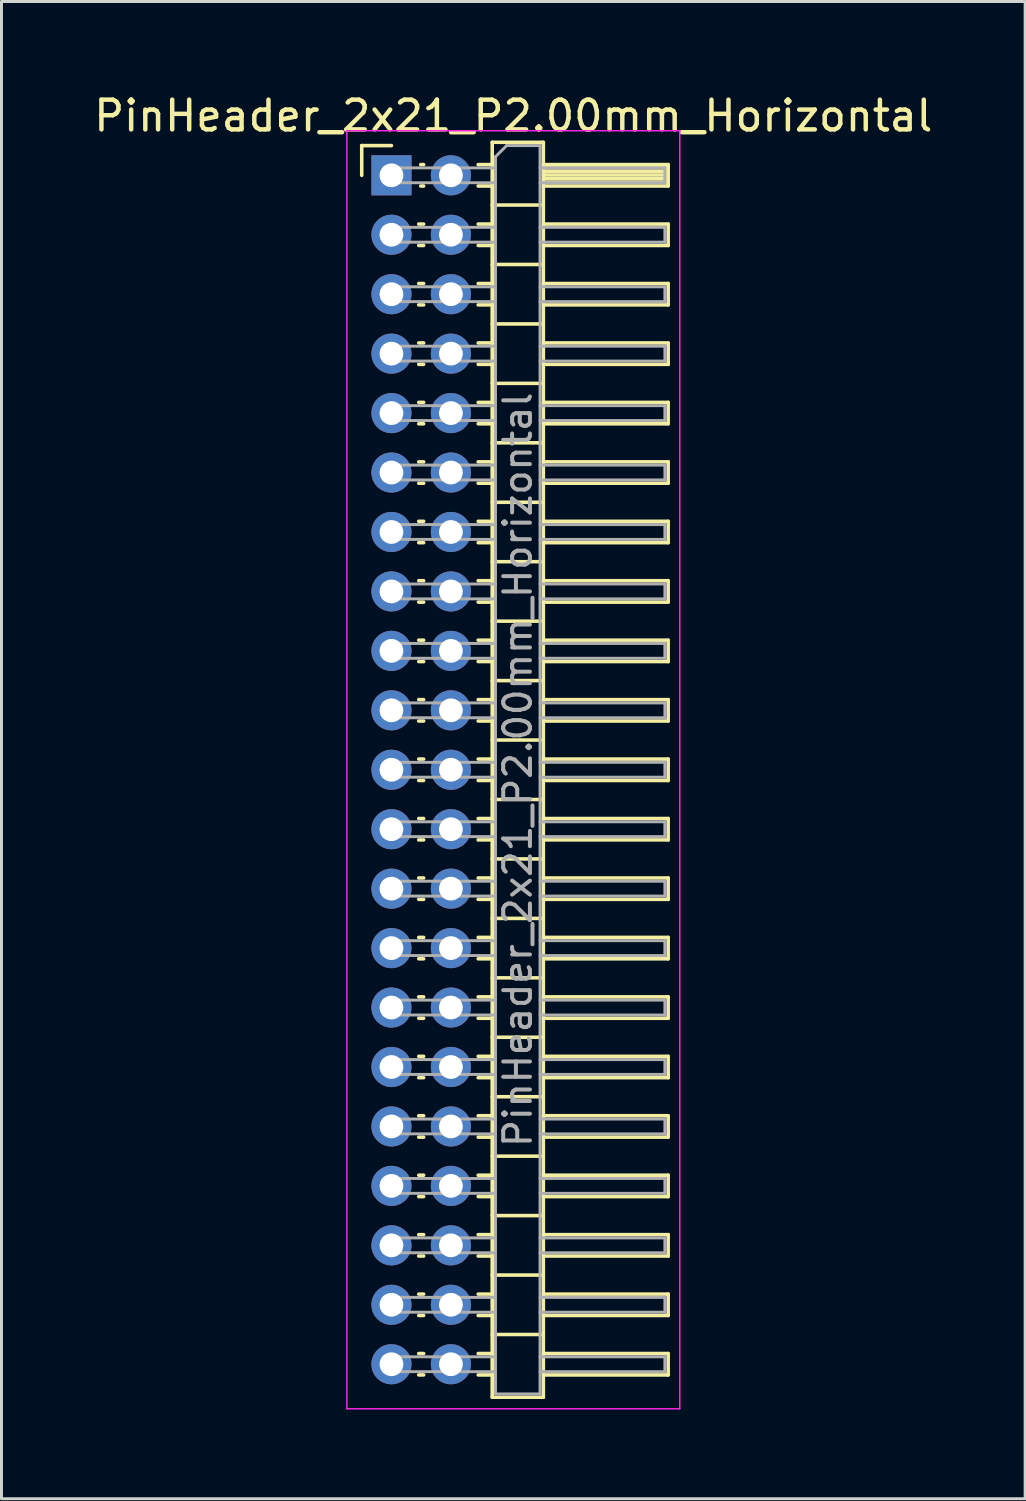
<source format=kicad_pcb>
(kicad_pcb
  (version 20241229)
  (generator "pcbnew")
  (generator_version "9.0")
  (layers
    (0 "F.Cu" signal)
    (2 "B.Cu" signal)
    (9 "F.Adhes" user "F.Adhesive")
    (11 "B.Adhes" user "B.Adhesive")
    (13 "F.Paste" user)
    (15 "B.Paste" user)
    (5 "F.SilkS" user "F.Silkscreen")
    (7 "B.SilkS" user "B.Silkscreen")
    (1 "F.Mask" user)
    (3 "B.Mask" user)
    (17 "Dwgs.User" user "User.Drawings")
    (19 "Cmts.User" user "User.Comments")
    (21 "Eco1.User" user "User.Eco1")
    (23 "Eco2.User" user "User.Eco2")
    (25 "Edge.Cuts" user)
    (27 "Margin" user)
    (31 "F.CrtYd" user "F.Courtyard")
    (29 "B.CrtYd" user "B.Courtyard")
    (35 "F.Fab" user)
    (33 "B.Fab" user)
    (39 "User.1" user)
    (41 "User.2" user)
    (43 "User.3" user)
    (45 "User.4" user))
  (footprint "PinHeader_2x21_P2.00mm_Horizontal"
    (layer "F.Cu")
    (at 10.12 2.848)
    (property "Reference" "PinHeader_2x21_P2.00mm_Horizontal" (at 4.1 -2 0) (layer "F.SilkS") (effects (font (size 1 1) (thickness 0.15))))
    (attr through_hole)
    (fp_line (start -1 -1) (end 0 -1) (stroke (width 0.12) (type solid)) (layer "F.SilkS"))
    (fp_line (start -1 0) (end -1 -1) (stroke (width 0.12) (type solid)) (layer "F.SilkS"))
    (fp_line (start 0.917 1.64) (end 1.083 1.64) (stroke (width 0.12) (type solid)) (layer "F.SilkS"))
    (fp_line (start 0.917 2.36) (end 1.083 2.36) (stroke (width 0.12) (type solid)) (layer "F.SilkS"))
    (fp_line (start 0.917 3.64) (end 1.083 3.64) (stroke (width 0.12) (type solid)) (layer "F.SilkS"))
    (fp_line (start 0.917 4.36) (end 1.083 4.36) (stroke (width 0.12) (type solid)) (layer "F.SilkS"))
    (fp_line (start 0.917 5.64) (end 1.083 5.64) (stroke (width 0.12) (type solid)) (layer "F.SilkS"))
    (fp_line (start 0.917 6.36) (end 1.083 6.36) (stroke (width 0.12) (type solid)) (layer "F.SilkS"))
    (fp_line (start 0.917 7.64) (end 1.083 7.64) (stroke (width 0.12) (type solid)) (layer "F.SilkS"))
    (fp_line (start 0.917 8.36) (end 1.083 8.36) (stroke (width 0.12) (type solid)) (layer "F.SilkS"))
    (fp_line (start 0.917 9.64) (end 1.083 9.64) (stroke (width 0.12) (type solid)) (layer "F.SilkS"))
    (fp_line (start 0.917 10.36) (end 1.083 10.36) (stroke (width 0.12) (type solid)) (layer "F.SilkS"))
    (fp_line (start 0.917 11.64) (end 1.083 11.64) (stroke (width 0.12) (type solid)) (layer "F.SilkS"))
    (fp_line (start 0.917 12.36) (end 1.083 12.36) (stroke (width 0.12) (type solid)) (layer "F.SilkS"))
    (fp_line (start 0.917 13.64) (end 1.083 13.64) (stroke (width 0.12) (type solid)) (layer "F.SilkS"))
    (fp_line (start 0.917 14.36) (end 1.083 14.36) (stroke (width 0.12) (type solid)) (layer "F.SilkS"))
    (fp_line (start 0.917 15.64) (end 1.083 15.64) (stroke (width 0.12) (type solid)) (layer "F.SilkS"))
    (fp_line (start 0.917 16.36) (end 1.083 16.36) (stroke (width 0.12) (type solid)) (layer "F.SilkS"))
    (fp_line (start 0.917 17.64) (end 1.083 17.64) (stroke (width 0.12) (type solid)) (layer "F.SilkS"))
    (fp_line (start 0.917 18.36) (end 1.083 18.36) (stroke (width 0.12) (type solid)) (layer "F.SilkS"))
    (fp_line (start 0.917 19.64) (end 1.083 19.64) (stroke (width 0.12) (type solid)) (layer "F.SilkS"))
    (fp_line (start 0.917 20.36) (end 1.083 20.36) (stroke (width 0.12) (type solid)) (layer "F.SilkS"))
    (fp_line (start 0.917 21.64) (end 1.083 21.64) (stroke (width 0.12) (type solid)) (layer "F.SilkS"))
    (fp_line (start 0.917 22.36) (end 1.083 22.36) (stroke (width 0.12) (type solid)) (layer "F.SilkS"))
    (fp_line (start 0.917 23.64) (end 1.083 23.64) (stroke (width 0.12) (type solid)) (layer "F.SilkS"))
    (fp_line (start 0.917 24.36) (end 1.083 24.36) (stroke (width 0.12) (type solid)) (layer "F.SilkS"))
    (fp_line (start 0.917 25.64) (end 1.083 25.64) (stroke (width 0.12) (type solid)) (layer "F.SilkS"))
    (fp_line (start 0.917 26.36) (end 1.083 26.36) (stroke (width 0.12) (type solid)) (layer "F.SilkS"))
    (fp_line (start 0.917 27.64) (end 1.083 27.64) (stroke (width 0.12) (type solid)) (layer "F.SilkS"))
    (fp_line (start 0.917 28.36) (end 1.083 28.36) (stroke (width 0.12) (type solid)) (layer "F.SilkS"))
    (fp_line (start 0.917 29.64) (end 1.083 29.64) (stroke (width 0.12) (type solid)) (layer "F.SilkS"))
    (fp_line (start 0.917 30.36) (end 1.083 30.36) (stroke (width 0.12) (type solid)) (layer "F.SilkS"))
    (fp_line (start 0.917 31.64) (end 1.083 31.64) (stroke (width 0.12) (type solid)) (layer "F.SilkS"))
    (fp_line (start 0.917 32.36) (end 1.083 32.36) (stroke (width 0.12) (type solid)) (layer "F.SilkS"))
    (fp_line (start 0.917 33.64) (end 1.083 33.64) (stroke (width 0.12) (type solid)) (layer "F.SilkS"))
    (fp_line (start 0.917 34.36) (end 1.083 34.36) (stroke (width 0.12) (type solid)) (layer "F.SilkS"))
    (fp_line (start 0.917 35.64) (end 1.083 35.64) (stroke (width 0.12) (type solid)) (layer "F.SilkS"))
    (fp_line (start 0.917 36.36) (end 1.083 36.36) (stroke (width 0.12) (type solid)) (layer "F.SilkS"))
    (fp_line (start 0.917 37.64) (end 1.083 37.64) (stroke (width 0.12) (type solid)) (layer "F.SilkS"))
    (fp_line (start 0.917 38.36) (end 1.083 38.36) (stroke (width 0.12) (type solid)) (layer "F.SilkS"))
    (fp_line (start 0.917 39.64) (end 1.083 39.64) (stroke (width 0.12) (type solid)) (layer "F.SilkS"))
    (fp_line (start 0.917 40.36) (end 1.083 40.36) (stroke (width 0.12) (type solid)) (layer "F.SilkS"))
    (fp_line (start 0.985 -0.36) (end 1.083 -0.36) (stroke (width 0.12) (type solid)) (layer "F.SilkS"))
    (fp_line (start 0.985 0.36) (end 1.083 0.36) (stroke (width 0.12) (type solid)) (layer "F.SilkS"))
    (fp_line (start 2.917 -0.36) (end 3.39 -0.36) (stroke (width 0.12) (type solid)) (layer "F.SilkS"))
    (fp_line (start 2.917 0.36) (end 3.39 0.36) (stroke (width 0.12) (type solid)) (layer "F.SilkS"))
    (fp_line (start 2.917 1.64) (end 3.39 1.64) (stroke (width 0.12) (type solid)) (layer "F.SilkS"))
    (fp_line (start 2.917 2.36) (end 3.39 2.36) (stroke (width 0.12) (type solid)) (layer "F.SilkS"))
    (fp_line (start 2.917 3.64) (end 3.39 3.64) (stroke (width 0.12) (type solid)) (layer "F.SilkS"))
    (fp_line (start 2.917 4.36) (end 3.39 4.36) (stroke (width 0.12) (type solid)) (layer "F.SilkS"))
    (fp_line (start 2.917 5.64) (end 3.39 5.64) (stroke (width 0.12) (type solid)) (layer "F.SilkS"))
    (fp_line (start 2.917 6.36) (end 3.39 6.36) (stroke (width 0.12) (type solid)) (layer "F.SilkS"))
    (fp_line (start 2.917 7.64) (end 3.39 7.64) (stroke (width 0.12) (type solid)) (layer "F.SilkS"))
    (fp_line (start 2.917 8.36) (end 3.39 8.36) (stroke (width 0.12) (type solid)) (layer "F.SilkS"))
    (fp_line (start 2.917 9.64) (end 3.39 9.64) (stroke (width 0.12) (type solid)) (layer "F.SilkS"))
    (fp_line (start 2.917 10.36) (end 3.39 10.36) (stroke (width 0.12) (type solid)) (layer "F.SilkS"))
    (fp_line (start 2.917 11.64) (end 3.39 11.64) (stroke (width 0.12) (type solid)) (layer "F.SilkS"))
    (fp_line (start 2.917 12.36) (end 3.39 12.36) (stroke (width 0.12) (type solid)) (layer "F.SilkS"))
    (fp_line (start 2.917 13.64) (end 3.39 13.64) (stroke (width 0.12) (type solid)) (layer "F.SilkS"))
    (fp_line (start 2.917 14.36) (end 3.39 14.36) (stroke (width 0.12) (type solid)) (layer "F.SilkS"))
    (fp_line (start 2.917 15.64) (end 3.39 15.64) (stroke (width 0.12) (type solid)) (layer "F.SilkS"))
    (fp_line (start 2.917 16.36) (end 3.39 16.36) (stroke (width 0.12) (type solid)) (layer "F.SilkS"))
    (fp_line (start 2.917 17.64) (end 3.39 17.64) (stroke (width 0.12) (type solid)) (layer "F.SilkS"))
    (fp_line (start 2.917 18.36) (end 3.39 18.36) (stroke (width 0.12) (type solid)) (layer "F.SilkS"))
    (fp_line (start 2.917 19.64) (end 3.39 19.64) (stroke (width 0.12) (type solid)) (layer "F.SilkS"))
    (fp_line (start 2.917 20.36) (end 3.39 20.36) (stroke (width 0.12) (type solid)) (layer "F.SilkS"))
    (fp_line (start 2.917 21.64) (end 3.39 21.64) (stroke (width 0.12) (type solid)) (layer "F.SilkS"))
    (fp_line (start 2.917 22.36) (end 3.39 22.36) (stroke (width 0.12) (type solid)) (layer "F.SilkS"))
    (fp_line (start 2.917 23.64) (end 3.39 23.64) (stroke (width 0.12) (type solid)) (layer "F.SilkS"))
    (fp_line (start 2.917 24.36) (end 3.39 24.36) (stroke (width 0.12) (type solid)) (layer "F.SilkS"))
    (fp_line (start 2.917 25.64) (end 3.39 25.64) (stroke (width 0.12) (type solid)) (layer "F.SilkS"))
    (fp_line (start 2.917 26.36) (end 3.39 26.36) (stroke (width 0.12) (type solid)) (layer "F.SilkS"))
    (fp_line (start 2.917 27.64) (end 3.39 27.64) (stroke (width 0.12) (type solid)) (layer "F.SilkS"))
    (fp_line (start 2.917 28.36) (end 3.39 28.36) (stroke (width 0.12) (type solid)) (layer "F.SilkS"))
    (fp_line (start 2.917 29.64) (end 3.39 29.64) (stroke (width 0.12) (type solid)) (layer "F.SilkS"))
    (fp_line (start 2.917 30.36) (end 3.39 30.36) (stroke (width 0.12) (type solid)) (layer "F.SilkS"))
    (fp_line (start 2.917 31.64) (end 3.39 31.64) (stroke (width 0.12) (type solid)) (layer "F.SilkS"))
    (fp_line (start 2.917 32.36) (end 3.39 32.36) (stroke (width 0.12) (type solid)) (layer "F.SilkS"))
    (fp_line (start 2.917 33.64) (end 3.39 33.64) (stroke (width 0.12) (type solid)) (layer "F.SilkS"))
    (fp_line (start 2.917 34.36) (end 3.39 34.36) (stroke (width 0.12) (type solid)) (layer "F.SilkS"))
    (fp_line (start 2.917 35.64) (end 3.39 35.64) (stroke (width 0.12) (type solid)) (layer "F.SilkS"))
    (fp_line (start 2.917 36.36) (end 3.39 36.36) (stroke (width 0.12) (type solid)) (layer "F.SilkS"))
    (fp_line (start 2.917 37.64) (end 3.39 37.64) (stroke (width 0.12) (type solid)) (layer "F.SilkS"))
    (fp_line (start 2.917 38.36) (end 3.39 38.36) (stroke (width 0.12) (type solid)) (layer "F.SilkS"))
    (fp_line (start 2.917 39.64) (end 3.39 39.64) (stroke (width 0.12) (type solid)) (layer "F.SilkS"))
    (fp_line (start 2.917 40.36) (end 3.39 40.36) (stroke (width 0.12) (type solid)) (layer "F.SilkS"))
    (fp_line (start 3.39 -1.11) (end 3.39 41.11) (stroke (width 0.12) (type solid)) (layer "F.SilkS"))
    (fp_line (start 3.39 1) (end 5.11 1) (stroke (width 0.12) (type solid)) (layer "F.SilkS"))
    (fp_line (start 3.39 3) (end 5.11 3) (stroke (width 0.12) (type solid)) (layer "F.SilkS"))
    (fp_line (start 3.39 5) (end 5.11 5) (stroke (width 0.12) (type solid)) (layer "F.SilkS"))
    (fp_line (start 3.39 7) (end 5.11 7) (stroke (width 0.12) (type solid)) (layer "F.SilkS"))
    (fp_line (start 3.39 9) (end 5.11 9) (stroke (width 0.12) (type solid)) (layer "F.SilkS"))
    (fp_line (start 3.39 11) (end 5.11 11) (stroke (width 0.12) (type solid)) (layer "F.SilkS"))
    (fp_line (start 3.39 13) (end 5.11 13) (stroke (width 0.12) (type solid)) (layer "F.SilkS"))
    (fp_line (start 3.39 15) (end 5.11 15) (stroke (width 0.12) (type solid)) (layer "F.SilkS"))
    (fp_line (start 3.39 17) (end 5.11 17) (stroke (width 0.12) (type solid)) (layer "F.SilkS"))
    (fp_line (start 3.39 19) (end 5.11 19) (stroke (width 0.12) (type solid)) (layer "F.SilkS"))
    (fp_line (start 3.39 21) (end 5.11 21) (stroke (width 0.12) (type solid)) (layer "F.SilkS"))
    (fp_line (start 3.39 23) (end 5.11 23) (stroke (width 0.12) (type solid)) (layer "F.SilkS"))
    (fp_line (start 3.39 25) (end 5.11 25) (stroke (width 0.12) (type solid)) (layer "F.SilkS"))
    (fp_line (start 3.39 27) (end 5.11 27) (stroke (width 0.12) (type solid)) (layer "F.SilkS"))
    (fp_line (start 3.39 29) (end 5.11 29) (stroke (width 0.12) (type solid)) (layer "F.SilkS"))
    (fp_line (start 3.39 31) (end 5.11 31) (stroke (width 0.12) (type solid)) (layer "F.SilkS"))
    (fp_line (start 3.39 33) (end 5.11 33) (stroke (width 0.12) (type solid)) (layer "F.SilkS"))
    (fp_line (start 3.39 35) (end 5.11 35) (stroke (width 0.12) (type solid)) (layer "F.SilkS"))
    (fp_line (start 3.39 37) (end 5.11 37) (stroke (width 0.12) (type solid)) (layer "F.SilkS"))
    (fp_line (start 3.39 39) (end 5.11 39) (stroke (width 0.12) (type solid)) (layer "F.SilkS"))
    (fp_line (start 3.39 41.11) (end 5.11 41.11) (stroke (width 0.12) (type solid)) (layer "F.SilkS"))
    (fp_line (start 5.11 -1.11) (end 3.39 -1.11) (stroke (width 0.12) (type solid)) (layer "F.SilkS"))
    (fp_line (start 5.11 -0.36) (end 9.31 -0.36) (stroke (width 0.12) (type solid)) (layer "F.SilkS"))
    (fp_line (start 5.11 -0.25) (end 9.31 -0.25) (stroke (width 0.12) (type solid)) (layer "F.SilkS"))
    (fp_line (start 5.11 -0.13) (end 9.31 -0.13) (stroke (width 0.12) (type solid)) (layer "F.SilkS"))
    (fp_line (start 5.11 -0.01) (end 9.31 -0.01) (stroke (width 0.12) (type solid)) (layer "F.SilkS"))
    (fp_line (start 5.11 0.11) (end 9.31 0.11) (stroke (width 0.12) (type solid)) (layer "F.SilkS"))
    (fp_line (start 5.11 0.23) (end 9.31 0.23) (stroke (width 0.12) (type solid)) (layer "F.SilkS"))
    (fp_line (start 5.11 1.64) (end 9.31 1.64) (stroke (width 0.12) (type solid)) (layer "F.SilkS"))
    (fp_line (start 5.11 3.64) (end 9.31 3.64) (stroke (width 0.12) (type solid)) (layer "F.SilkS"))
    (fp_line (start 5.11 5.64) (end 9.31 5.64) (stroke (width 0.12) (type solid)) (layer "F.SilkS"))
    (fp_line (start 5.11 7.64) (end 9.31 7.64) (stroke (width 0.12) (type solid)) (layer "F.SilkS"))
    (fp_line (start 5.11 9.64) (end 9.31 9.64) (stroke (width 0.12) (type solid)) (layer "F.SilkS"))
    (fp_line (start 5.11 11.64) (end 9.31 11.64) (stroke (width 0.12) (type solid)) (layer "F.SilkS"))
    (fp_line (start 5.11 13.64) (end 9.31 13.64) (stroke (width 0.12) (type solid)) (layer "F.SilkS"))
    (fp_line (start 5.11 15.64) (end 9.31 15.64) (stroke (width 0.12) (type solid)) (layer "F.SilkS"))
    (fp_line (start 5.11 17.64) (end 9.31 17.64) (stroke (width 0.12) (type solid)) (layer "F.SilkS"))
    (fp_line (start 5.11 19.64) (end 9.31 19.64) (stroke (width 0.12) (type solid)) (layer "F.SilkS"))
    (fp_line (start 5.11 21.64) (end 9.31 21.64) (stroke (width 0.12) (type solid)) (layer "F.SilkS"))
    (fp_line (start 5.11 23.64) (end 9.31 23.64) (stroke (width 0.12) (type solid)) (layer "F.SilkS"))
    (fp_line (start 5.11 25.64) (end 9.31 25.64) (stroke (width 0.12) (type solid)) (layer "F.SilkS"))
    (fp_line (start 5.11 27.64) (end 9.31 27.64) (stroke (width 0.12) (type solid)) (layer "F.SilkS"))
    (fp_line (start 5.11 29.64) (end 9.31 29.64) (stroke (width 0.12) (type solid)) (layer "F.SilkS"))
    (fp_line (start 5.11 31.64) (end 9.31 31.64) (stroke (width 0.12) (type solid)) (layer "F.SilkS"))
    (fp_line (start 5.11 33.64) (end 9.31 33.64) (stroke (width 0.12) (type solid)) (layer "F.SilkS"))
    (fp_line (start 5.11 35.64) (end 9.31 35.64) (stroke (width 0.12) (type solid)) (layer "F.SilkS"))
    (fp_line (start 5.11 37.64) (end 9.31 37.64) (stroke (width 0.12) (type solid)) (layer "F.SilkS"))
    (fp_line (start 5.11 39.64) (end 9.31 39.64) (stroke (width 0.12) (type solid)) (layer "F.SilkS"))
    (fp_line (start 5.11 41.11) (end 5.11 -1.11) (stroke (width 0.12) (type solid)) (layer "F.SilkS"))
    (fp_line (start 9.31 -0.36) (end 9.31 0.36) (stroke (width 0.12) (type solid)) (layer "F.SilkS"))
    (fp_line (start 9.31 0.36) (end 5.11 0.36) (stroke (width 0.12) (type solid)) (layer "F.SilkS"))
    (fp_line (start 9.31 1.64) (end 9.31 2.36) (stroke (width 0.12) (type solid)) (layer "F.SilkS"))
    (fp_line (start 9.31 2.36) (end 5.11 2.36) (stroke (width 0.12) (type solid)) (layer "F.SilkS"))
    (fp_line (start 9.31 3.64) (end 9.31 4.36) (stroke (width 0.12) (type solid)) (layer "F.SilkS"))
    (fp_line (start 9.31 4.36) (end 5.11 4.36) (stroke (width 0.12) (type solid)) (layer "F.SilkS"))
    (fp_line (start 9.31 5.64) (end 9.31 6.36) (stroke (width 0.12) (type solid)) (layer "F.SilkS"))
    (fp_line (start 9.31 6.36) (end 5.11 6.36) (stroke (width 0.12) (type solid)) (layer "F.SilkS"))
    (fp_line (start 9.31 7.64) (end 9.31 8.36) (stroke (width 0.12) (type solid)) (layer "F.SilkS"))
    (fp_line (start 9.31 8.36) (end 5.11 8.36) (stroke (width 0.12) (type solid)) (layer "F.SilkS"))
    (fp_line (start 9.31 9.64) (end 9.31 10.36) (stroke (width 0.12) (type solid)) (layer "F.SilkS"))
    (fp_line (start 9.31 10.36) (end 5.11 10.36) (stroke (width 0.12) (type solid)) (layer "F.SilkS"))
    (fp_line (start 9.31 11.64) (end 9.31 12.36) (stroke (width 0.12) (type solid)) (layer "F.SilkS"))
    (fp_line (start 9.31 12.36) (end 5.11 12.36) (stroke (width 0.12) (type solid)) (layer "F.SilkS"))
    (fp_line (start 9.31 13.64) (end 9.31 14.36) (stroke (width 0.12) (type solid)) (layer "F.SilkS"))
    (fp_line (start 9.31 14.36) (end 5.11 14.36) (stroke (width 0.12) (type solid)) (layer "F.SilkS"))
    (fp_line (start 9.31 15.64) (end 9.31 16.36) (stroke (width 0.12) (type solid)) (layer "F.SilkS"))
    (fp_line (start 9.31 16.36) (end 5.11 16.36) (stroke (width 0.12) (type solid)) (layer "F.SilkS"))
    (fp_line (start 9.31 17.64) (end 9.31 18.36) (stroke (width 0.12) (type solid)) (layer "F.SilkS"))
    (fp_line (start 9.31 18.36) (end 5.11 18.36) (stroke (width 0.12) (type solid)) (layer "F.SilkS"))
    (fp_line (start 9.31 19.64) (end 9.31 20.36) (stroke (width 0.12) (type solid)) (layer "F.SilkS"))
    (fp_line (start 9.31 20.36) (end 5.11 20.36) (stroke (width 0.12) (type solid)) (layer "F.SilkS"))
    (fp_line (start 9.31 21.64) (end 9.31 22.36) (stroke (width 0.12) (type solid)) (layer "F.SilkS"))
    (fp_line (start 9.31 22.36) (end 5.11 22.36) (stroke (width 0.12) (type solid)) (layer "F.SilkS"))
    (fp_line (start 9.31 23.64) (end 9.31 24.36) (stroke (width 0.12) (type solid)) (layer "F.SilkS"))
    (fp_line (start 9.31 24.36) (end 5.11 24.36) (stroke (width 0.12) (type solid)) (layer "F.SilkS"))
    (fp_line (start 9.31 25.64) (end 9.31 26.36) (stroke (width 0.12) (type solid)) (layer "F.SilkS"))
    (fp_line (start 9.31 26.36) (end 5.11 26.36) (stroke (width 0.12) (type solid)) (layer "F.SilkS"))
    (fp_line (start 9.31 27.64) (end 9.31 28.36) (stroke (width 0.12) (type solid)) (layer "F.SilkS"))
    (fp_line (start 9.31 28.36) (end 5.11 28.36) (stroke (width 0.12) (type solid)) (layer "F.SilkS"))
    (fp_line (start 9.31 29.64) (end 9.31 30.36) (stroke (width 0.12) (type solid)) (layer "F.SilkS"))
    (fp_line (start 9.31 30.36) (end 5.11 30.36) (stroke (width 0.12) (type solid)) (layer "F.SilkS"))
    (fp_line (start 9.31 31.64) (end 9.31 32.36) (stroke (width 0.12) (type solid)) (layer "F.SilkS"))
    (fp_line (start 9.31 32.36) (end 5.11 32.36) (stroke (width 0.12) (type solid)) (layer "F.SilkS"))
    (fp_line (start 9.31 33.64) (end 9.31 34.36) (stroke (width 0.12) (type solid)) (layer "F.SilkS"))
    (fp_line (start 9.31 34.36) (end 5.11 34.36) (stroke (width 0.12) (type solid)) (layer "F.SilkS"))
    (fp_line (start 9.31 35.64) (end 9.31 36.36) (stroke (width 0.12) (type solid)) (layer "F.SilkS"))
    (fp_line (start 9.31 36.36) (end 5.11 36.36) (stroke (width 0.12) (type solid)) (layer "F.SilkS"))
    (fp_line (start 9.31 37.64) (end 9.31 38.36) (stroke (width 0.12) (type solid)) (layer "F.SilkS"))
    (fp_line (start 9.31 38.36) (end 5.11 38.36) (stroke (width 0.12) (type solid)) (layer "F.SilkS"))
    (fp_line (start 9.31 39.64) (end 9.31 40.36) (stroke (width 0.12) (type solid)) (layer "F.SilkS"))
    (fp_line (start 9.31 40.36) (end 5.11 40.36) (stroke (width 0.12) (type solid)) (layer "F.SilkS"))
    (fp_line (start -1.5 -1.5) (end -1.5 41.5) (stroke (width 0.05) (type solid)) (layer "F.CrtYd"))
    (fp_line (start -1.5 41.5) (end 9.7 41.5) (stroke (width 0.05) (type solid)) (layer "F.CrtYd"))
    (fp_line (start 9.7 -1.5) (end -1.5 -1.5) (stroke (width 0.05) (type solid)) (layer "F.CrtYd"))
    (fp_line (start 9.7 41.5) (end 9.7 -1.5) (stroke (width 0.05) (type solid)) (layer "F.CrtYd"))
    (fp_line (start -0.25 -0.25) (end -0.25 0.25) (stroke (width 0.1) (type solid)) (layer "F.Fab"))
    (fp_line (start -0.25 -0.25) (end 3.5 -0.25) (stroke (width 0.1) (type solid)) (layer "F.Fab"))
    (fp_line (start -0.25 0.25) (end 3.5 0.25) (stroke (width 0.1) (type solid)) (layer "F.Fab"))
    (fp_line (start -0.25 1.75) (end -0.25 2.25) (stroke (width 0.1) (type solid)) (layer "F.Fab"))
    (fp_line (start -0.25 1.75) (end 3.5 1.75) (stroke (width 0.1) (type solid)) (layer "F.Fab"))
    (fp_line (start -0.25 2.25) (end 3.5 2.25) (stroke (width 0.1) (type solid)) (layer "F.Fab"))
    (fp_line (start -0.25 3.75) (end -0.25 4.25) (stroke (width 0.1) (type solid)) (layer "F.Fab"))
    (fp_line (start -0.25 3.75) (end 3.5 3.75) (stroke (width 0.1) (type solid)) (layer "F.Fab"))
    (fp_line (start -0.25 4.25) (end 3.5 4.25) (stroke (width 0.1) (type solid)) (layer "F.Fab"))
    (fp_line (start -0.25 5.75) (end -0.25 6.25) (stroke (width 0.1) (type solid)) (layer "F.Fab"))
    (fp_line (start -0.25 5.75) (end 3.5 5.75) (stroke (width 0.1) (type solid)) (layer "F.Fab"))
    (fp_line (start -0.25 6.25) (end 3.5 6.25) (stroke (width 0.1) (type solid)) (layer "F.Fab"))
    (fp_line (start -0.25 7.75) (end -0.25 8.25) (stroke (width 0.1) (type solid)) (layer "F.Fab"))
    (fp_line (start -0.25 7.75) (end 3.5 7.75) (stroke (width 0.1) (type solid)) (layer "F.Fab"))
    (fp_line (start -0.25 8.25) (end 3.5 8.25) (stroke (width 0.1) (type solid)) (layer "F.Fab"))
    (fp_line (start -0.25 9.75) (end -0.25 10.25) (stroke (width 0.1) (type solid)) (layer "F.Fab"))
    (fp_line (start -0.25 9.75) (end 3.5 9.75) (stroke (width 0.1) (type solid)) (layer "F.Fab"))
    (fp_line (start -0.25 10.25) (end 3.5 10.25) (stroke (width 0.1) (type solid)) (layer "F.Fab"))
    (fp_line (start -0.25 11.75) (end -0.25 12.25) (stroke (width 0.1) (type solid)) (layer "F.Fab"))
    (fp_line (start -0.25 11.75) (end 3.5 11.75) (stroke (width 0.1) (type solid)) (layer "F.Fab"))
    (fp_line (start -0.25 12.25) (end 3.5 12.25) (stroke (width 0.1) (type solid)) (layer "F.Fab"))
    (fp_line (start -0.25 13.75) (end -0.25 14.25) (stroke (width 0.1) (type solid)) (layer "F.Fab"))
    (fp_line (start -0.25 13.75) (end 3.5 13.75) (stroke (width 0.1) (type solid)) (layer "F.Fab"))
    (fp_line (start -0.25 14.25) (end 3.5 14.25) (stroke (width 0.1) (type solid)) (layer "F.Fab"))
    (fp_line (start -0.25 15.75) (end -0.25 16.25) (stroke (width 0.1) (type solid)) (layer "F.Fab"))
    (fp_line (start -0.25 15.75) (end 3.5 15.75) (stroke (width 0.1) (type solid)) (layer "F.Fab"))
    (fp_line (start -0.25 16.25) (end 3.5 16.25) (stroke (width 0.1) (type solid)) (layer "F.Fab"))
    (fp_line (start -0.25 17.75) (end -0.25 18.25) (stroke (width 0.1) (type solid)) (layer "F.Fab"))
    (fp_line (start -0.25 17.75) (end 3.5 17.75) (stroke (width 0.1) (type solid)) (layer "F.Fab"))
    (fp_line (start -0.25 18.25) (end 3.5 18.25) (stroke (width 0.1) (type solid)) (layer "F.Fab"))
    (fp_line (start -0.25 19.75) (end -0.25 20.25) (stroke (width 0.1) (type solid)) (layer "F.Fab"))
    (fp_line (start -0.25 19.75) (end 3.5 19.75) (stroke (width 0.1) (type solid)) (layer "F.Fab"))
    (fp_line (start -0.25 20.25) (end 3.5 20.25) (stroke (width 0.1) (type solid)) (layer "F.Fab"))
    (fp_line (start -0.25 21.75) (end -0.25 22.25) (stroke (width 0.1) (type solid)) (layer "F.Fab"))
    (fp_line (start -0.25 21.75) (end 3.5 21.75) (stroke (width 0.1) (type solid)) (layer "F.Fab"))
    (fp_line (start -0.25 22.25) (end 3.5 22.25) (stroke (width 0.1) (type solid)) (layer "F.Fab"))
    (fp_line (start -0.25 23.75) (end -0.25 24.25) (stroke (width 0.1) (type solid)) (layer "F.Fab"))
    (fp_line (start -0.25 23.75) (end 3.5 23.75) (stroke (width 0.1) (type solid)) (layer "F.Fab"))
    (fp_line (start -0.25 24.25) (end 3.5 24.25) (stroke (width 0.1) (type solid)) (layer "F.Fab"))
    (fp_line (start -0.25 25.75) (end -0.25 26.25) (stroke (width 0.1) (type solid)) (layer "F.Fab"))
    (fp_line (start -0.25 25.75) (end 3.5 25.75) (stroke (width 0.1) (type solid)) (layer "F.Fab"))
    (fp_line (start -0.25 26.25) (end 3.5 26.25) (stroke (width 0.1) (type solid)) (layer "F.Fab"))
    (fp_line (start -0.25 27.75) (end -0.25 28.25) (stroke (width 0.1) (type solid)) (layer "F.Fab"))
    (fp_line (start -0.25 27.75) (end 3.5 27.75) (stroke (width 0.1) (type solid)) (layer "F.Fab"))
    (fp_line (start -0.25 28.25) (end 3.5 28.25) (stroke (width 0.1) (type solid)) (layer "F.Fab"))
    (fp_line (start -0.25 29.75) (end -0.25 30.25) (stroke (width 0.1) (type solid)) (layer "F.Fab"))
    (fp_line (start -0.25 29.75) (end 3.5 29.75) (stroke (width 0.1) (type solid)) (layer "F.Fab"))
    (fp_line (start -0.25 30.25) (end 3.5 30.25) (stroke (width 0.1) (type solid)) (layer "F.Fab"))
    (fp_line (start -0.25 31.75) (end -0.25 32.25) (stroke (width 0.1) (type solid)) (layer "F.Fab"))
    (fp_line (start -0.25 31.75) (end 3.5 31.75) (stroke (width 0.1) (type solid)) (layer "F.Fab"))
    (fp_line (start -0.25 32.25) (end 3.5 32.25) (stroke (width 0.1) (type solid)) (layer "F.Fab"))
    (fp_line (start -0.25 33.75) (end -0.25 34.25) (stroke (width 0.1) (type solid)) (layer "F.Fab"))
    (fp_line (start -0.25 33.75) (end 3.5 33.75) (stroke (width 0.1) (type solid)) (layer "F.Fab"))
    (fp_line (start -0.25 34.25) (end 3.5 34.25) (stroke (width 0.1) (type solid)) (layer "F.Fab"))
    (fp_line (start -0.25 35.75) (end -0.25 36.25) (stroke (width 0.1) (type solid)) (layer "F.Fab"))
    (fp_line (start -0.25 35.75) (end 3.5 35.75) (stroke (width 0.1) (type solid)) (layer "F.Fab"))
    (fp_line (start -0.25 36.25) (end 3.5 36.25) (stroke (width 0.1) (type solid)) (layer "F.Fab"))
    (fp_line (start -0.25 37.75) (end -0.25 38.25) (stroke (width 0.1) (type solid)) (layer "F.Fab"))
    (fp_line (start -0.25 37.75) (end 3.5 37.75) (stroke (width 0.1) (type solid)) (layer "F.Fab"))
    (fp_line (start -0.25 38.25) (end 3.5 38.25) (stroke (width 0.1) (type solid)) (layer "F.Fab"))
    (fp_line (start -0.25 39.75) (end -0.25 40.25) (stroke (width 0.1) (type solid)) (layer "F.Fab"))
    (fp_line (start -0.25 39.75) (end 3.5 39.75) (stroke (width 0.1) (type solid)) (layer "F.Fab"))
    (fp_line (start -0.25 40.25) (end 3.5 40.25) (stroke (width 0.1) (type solid)) (layer "F.Fab"))
    (fp_line (start 3.5 -0.625) (end 3.875 -1) (stroke (width 0.1) (type solid)) (layer "F.Fab"))
    (fp_line (start 3.5 41) (end 3.5 -0.625) (stroke (width 0.1) (type solid)) (layer "F.Fab"))
    (fp_line (start 3.875 -1) (end 5 -1) (stroke (width 0.1) (type solid)) (layer "F.Fab"))
    (fp_line (start 5 -1) (end 5 41) (stroke (width 0.1) (type solid)) (layer "F.Fab"))
    (fp_line (start 5 -0.25) (end 9.2 -0.25) (stroke (width 0.1) (type solid)) (layer "F.Fab"))
    (fp_line (start 5 0.25) (end 9.2 0.25) (stroke (width 0.1) (type solid)) (layer "F.Fab"))
    (fp_line (start 5 1.75) (end 9.2 1.75) (stroke (width 0.1) (type solid)) (layer "F.Fab"))
    (fp_line (start 5 2.25) (end 9.2 2.25) (stroke (width 0.1) (type solid)) (layer "F.Fab"))
    (fp_line (start 5 3.75) (end 9.2 3.75) (stroke (width 0.1) (type solid)) (layer "F.Fab"))
    (fp_line (start 5 4.25) (end 9.2 4.25) (stroke (width 0.1) (type solid)) (layer "F.Fab"))
    (fp_line (start 5 5.75) (end 9.2 5.75) (stroke (width 0.1) (type solid)) (layer "F.Fab"))
    (fp_line (start 5 6.25) (end 9.2 6.25) (stroke (width 0.1) (type solid)) (layer "F.Fab"))
    (fp_line (start 5 7.75) (end 9.2 7.75) (stroke (width 0.1) (type solid)) (layer "F.Fab"))
    (fp_line (start 5 8.25) (end 9.2 8.25) (stroke (width 0.1) (type solid)) (layer "F.Fab"))
    (fp_line (start 5 9.75) (end 9.2 9.75) (stroke (width 0.1) (type solid)) (layer "F.Fab"))
    (fp_line (start 5 10.25) (end 9.2 10.25) (stroke (width 0.1) (type solid)) (layer "F.Fab"))
    (fp_line (start 5 11.75) (end 9.2 11.75) (stroke (width 0.1) (type solid)) (layer "F.Fab"))
    (fp_line (start 5 12.25) (end 9.2 12.25) (stroke (width 0.1) (type solid)) (layer "F.Fab"))
    (fp_line (start 5 13.75) (end 9.2 13.75) (stroke (width 0.1) (type solid)) (layer "F.Fab"))
    (fp_line (start 5 14.25) (end 9.2 14.25) (stroke (width 0.1) (type solid)) (layer "F.Fab"))
    (fp_line (start 5 15.75) (end 9.2 15.75) (stroke (width 0.1) (type solid)) (layer "F.Fab"))
    (fp_line (start 5 16.25) (end 9.2 16.25) (stroke (width 0.1) (type solid)) (layer "F.Fab"))
    (fp_line (start 5 17.75) (end 9.2 17.75) (stroke (width 0.1) (type solid)) (layer "F.Fab"))
    (fp_line (start 5 18.25) (end 9.2 18.25) (stroke (width 0.1) (type solid)) (layer "F.Fab"))
    (fp_line (start 5 19.75) (end 9.2 19.75) (stroke (width 0.1) (type solid)) (layer "F.Fab"))
    (fp_line (start 5 20.25) (end 9.2 20.25) (stroke (width 0.1) (type solid)) (layer "F.Fab"))
    (fp_line (start 5 21.75) (end 9.2 21.75) (stroke (width 0.1) (type solid)) (layer "F.Fab"))
    (fp_line (start 5 22.25) (end 9.2 22.25) (stroke (width 0.1) (type solid)) (layer "F.Fab"))
    (fp_line (start 5 23.75) (end 9.2 23.75) (stroke (width 0.1) (type solid)) (layer "F.Fab"))
    (fp_line (start 5 24.25) (end 9.2 24.25) (stroke (width 0.1) (type solid)) (layer "F.Fab"))
    (fp_line (start 5 25.75) (end 9.2 25.75) (stroke (width 0.1) (type solid)) (layer "F.Fab"))
    (fp_line (start 5 26.25) (end 9.2 26.25) (stroke (width 0.1) (type solid)) (layer "F.Fab"))
    (fp_line (start 5 27.75) (end 9.2 27.75) (stroke (width 0.1) (type solid)) (layer "F.Fab"))
    (fp_line (start 5 28.25) (end 9.2 28.25) (stroke (width 0.1) (type solid)) (layer "F.Fab"))
    (fp_line (start 5 29.75) (end 9.2 29.75) (stroke (width 0.1) (type solid)) (layer "F.Fab"))
    (fp_line (start 5 30.25) (end 9.2 30.25) (stroke (width 0.1) (type solid)) (layer "F.Fab"))
    (fp_line (start 5 31.75) (end 9.2 31.75) (stroke (width 0.1) (type solid)) (layer "F.Fab"))
    (fp_line (start 5 32.25) (end 9.2 32.25) (stroke (width 0.1) (type solid)) (layer "F.Fab"))
    (fp_line (start 5 33.75) (end 9.2 33.75) (stroke (width 0.1) (type solid)) (layer "F.Fab"))
    (fp_line (start 5 34.25) (end 9.2 34.25) (stroke (width 0.1) (type solid)) (layer "F.Fab"))
    (fp_line (start 5 35.75) (end 9.2 35.75) (stroke (width 0.1) (type solid)) (layer "F.Fab"))
    (fp_line (start 5 36.25) (end 9.2 36.25) (stroke (width 0.1) (type solid)) (layer "F.Fab"))
    (fp_line (start 5 37.75) (end 9.2 37.75) (stroke (width 0.1) (type solid)) (layer "F.Fab"))
    (fp_line (start 5 38.25) (end 9.2 38.25) (stroke (width 0.1) (type solid)) (layer "F.Fab"))
    (fp_line (start 5 39.75) (end 9.2 39.75) (stroke (width 0.1) (type solid)) (layer "F.Fab"))
    (fp_line (start 5 40.25) (end 9.2 40.25) (stroke (width 0.1) (type solid)) (layer "F.Fab"))
    (fp_line (start 5 41) (end 3.5 41) (stroke (width 0.1) (type solid)) (layer "F.Fab"))
    (fp_line (start 9.2 -0.25) (end 9.2 0.25) (stroke (width 0.1) (type solid)) (layer "F.Fab"))
    (fp_line (start 9.2 1.75) (end 9.2 2.25) (stroke (width 0.1) (type solid)) (layer "F.Fab"))
    (fp_line (start 9.2 3.75) (end 9.2 4.25) (stroke (width 0.1) (type solid)) (layer "F.Fab"))
    (fp_line (start 9.2 5.75) (end 9.2 6.25) (stroke (width 0.1) (type solid)) (layer "F.Fab"))
    (fp_line (start 9.2 7.75) (end 9.2 8.25) (stroke (width 0.1) (type solid)) (layer "F.Fab"))
    (fp_line (start 9.2 9.75) (end 9.2 10.25) (stroke (width 0.1) (type solid)) (layer "F.Fab"))
    (fp_line (start 9.2 11.75) (end 9.2 12.25) (stroke (width 0.1) (type solid)) (layer "F.Fab"))
    (fp_line (start 9.2 13.75) (end 9.2 14.25) (stroke (width 0.1) (type solid)) (layer "F.Fab"))
    (fp_line (start 9.2 15.75) (end 9.2 16.25) (stroke (width 0.1) (type solid)) (layer "F.Fab"))
    (fp_line (start 9.2 17.75) (end 9.2 18.25) (stroke (width 0.1) (type solid)) (layer "F.Fab"))
    (fp_line (start 9.2 19.75) (end 9.2 20.25) (stroke (width 0.1) (type solid)) (layer "F.Fab"))
    (fp_line (start 9.2 21.75) (end 9.2 22.25) (stroke (width 0.1) (type solid)) (layer "F.Fab"))
    (fp_line (start 9.2 23.75) (end 9.2 24.25) (stroke (width 0.1) (type solid)) (layer "F.Fab"))
    (fp_line (start 9.2 25.75) (end 9.2 26.25) (stroke (width 0.1) (type solid)) (layer "F.Fab"))
    (fp_line (start 9.2 27.75) (end 9.2 28.25) (stroke (width 0.1) (type solid)) (layer "F.Fab"))
    (fp_line (start 9.2 29.75) (end 9.2 30.25) (stroke (width 0.1) (type solid)) (layer "F.Fab"))
    (fp_line (start 9.2 31.75) (end 9.2 32.25) (stroke (width 0.1) (type solid)) (layer "F.Fab"))
    (fp_line (start 9.2 33.75) (end 9.2 34.25) (stroke (width 0.1) (type solid)) (layer "F.Fab"))
    (fp_line (start 9.2 35.75) (end 9.2 36.25) (stroke (width 0.1) (type solid)) (layer "F.Fab"))
    (fp_line (start 9.2 37.75) (end 9.2 38.25) (stroke (width 0.1) (type solid)) (layer "F.Fab"))
    (fp_line (start 9.2 39.75) (end 9.2 40.25) (stroke (width 0.1) (type solid)) (layer "F.Fab"))
    (fp_text user "${REFERENCE}" (at 4.25 20 90) (layer "F.Fab") (effects (font (size 0.9 0.9) (thickness 0.135))))
    (pad "1" thru_hole rect (at 0 0) (size 1.35 1.35) (drill 0.8) (layers "*.Cu" "*.Mask"))
    (pad "2" thru_hole circle (at 2 0) (size 1.35 1.35) (drill 0.8) (layers "*.Cu" "*.Mask"))
    (pad "3" thru_hole circle (at 0 2) (size 1.35 1.35) (drill 0.8) (layers "*.Cu" "*.Mask"))
    (pad "4" thru_hole circle (at 2 2) (size 1.35 1.35) (drill 0.8) (layers "*.Cu" "*.Mask"))
    (pad "5" thru_hole circle (at 0 4) (size 1.35 1.35) (drill 0.8) (layers "*.Cu" "*.Mask"))
    (pad "6" thru_hole circle (at 2 4) (size 1.35 1.35) (drill 0.8) (layers "*.Cu" "*.Mask"))
    (pad "7" thru_hole circle (at 0 6) (size 1.35 1.35) (drill 0.8) (layers "*.Cu" "*.Mask"))
    (pad "8" thru_hole circle (at 2 6) (size 1.35 1.35) (drill 0.8) (layers "*.Cu" "*.Mask"))
    (pad "9" thru_hole circle (at 0 8) (size 1.35 1.35) (drill 0.8) (layers "*.Cu" "*.Mask"))
    (pad "10" thru_hole circle (at 2 8) (size 1.35 1.35) (drill 0.8) (layers "*.Cu" "*.Mask"))
    (pad "11" thru_hole circle (at 0 10) (size 1.35 1.35) (drill 0.8) (layers "*.Cu" "*.Mask"))
    (pad "12" thru_hole circle (at 2 10) (size 1.35 1.35) (drill 0.8) (layers "*.Cu" "*.Mask"))
    (pad "13" thru_hole circle (at 0 12) (size 1.35 1.35) (drill 0.8) (layers "*.Cu" "*.Mask"))
    (pad "14" thru_hole circle (at 2 12) (size 1.35 1.35) (drill 0.8) (layers "*.Cu" "*.Mask"))
    (pad "15" thru_hole circle (at 0 14) (size 1.35 1.35) (drill 0.8) (layers "*.Cu" "*.Mask"))
    (pad "16" thru_hole circle (at 2 14) (size 1.35 1.35) (drill 0.8) (layers "*.Cu" "*.Mask"))
    (pad "17" thru_hole circle (at 0 16) (size 1.35 1.35) (drill 0.8) (layers "*.Cu" "*.Mask"))
    (pad "18" thru_hole circle (at 2 16) (size 1.35 1.35) (drill 0.8) (layers "*.Cu" "*.Mask"))
    (pad "19" thru_hole circle (at 0 18) (size 1.35 1.35) (drill 0.8) (layers "*.Cu" "*.Mask"))
    (pad "20" thru_hole circle (at 2 18) (size 1.35 1.35) (drill 0.8) (layers "*.Cu" "*.Mask"))
    (pad "21" thru_hole circle (at 0 20) (size 1.35 1.35) (drill 0.8) (layers "*.Cu" "*.Mask"))
    (pad "22" thru_hole circle (at 2 20) (size 1.35 1.35) (drill 0.8) (layers "*.Cu" "*.Mask"))
    (pad "23" thru_hole circle (at 0 22) (size 1.35 1.35) (drill 0.8) (layers "*.Cu" "*.Mask"))
    (pad "24" thru_hole circle (at 2 22) (size 1.35 1.35) (drill 0.8) (layers "*.Cu" "*.Mask"))
    (pad "25" thru_hole circle (at 0 24) (size 1.35 1.35) (drill 0.8) (layers "*.Cu" "*.Mask"))
    (pad "26" thru_hole circle (at 2 24) (size 1.35 1.35) (drill 0.8) (layers "*.Cu" "*.Mask"))
    (pad "27" thru_hole circle (at 0 26) (size 1.35 1.35) (drill 0.8) (layers "*.Cu" "*.Mask"))
    (pad "28" thru_hole circle (at 2 26) (size 1.35 1.35) (drill 0.8) (layers "*.Cu" "*.Mask"))
    (pad "29" thru_hole circle (at 0 28) (size 1.35 1.35) (drill 0.8) (layers "*.Cu" "*.Mask"))
    (pad "30" thru_hole circle (at 2 28) (size 1.35 1.35) (drill 0.8) (layers "*.Cu" "*.Mask"))
    (pad "31" thru_hole circle (at 0 30) (size 1.35 1.35) (drill 0.8) (layers "*.Cu" "*.Mask"))
    (pad "32" thru_hole circle (at 2 30) (size 1.35 1.35) (drill 0.8) (layers "*.Cu" "*.Mask"))
    (pad "33" thru_hole circle (at 0 32) (size 1.35 1.35) (drill 0.8) (layers "*.Cu" "*.Mask"))
    (pad "34" thru_hole circle (at 2 32) (size 1.35 1.35) (drill 0.8) (layers "*.Cu" "*.Mask"))
    (pad "35" thru_hole circle (at 0 34) (size 1.35 1.35) (drill 0.8) (layers "*.Cu" "*.Mask"))
    (pad "36" thru_hole circle (at 2 34) (size 1.35 1.35) (drill 0.8) (layers "*.Cu" "*.Mask"))
    (pad "37" thru_hole circle (at 0 36) (size 1.35 1.35) (drill 0.8) (layers "*.Cu" "*.Mask"))
    (pad "38" thru_hole circle (at 2 36) (size 1.35 1.35) (drill 0.8) (layers "*.Cu" "*.Mask"))
    (pad "39" thru_hole circle (at 0 38) (size 1.35 1.35) (drill 0.8) (layers "*.Cu" "*.Mask"))
    (pad "40" thru_hole circle (at 2 38) (size 1.35 1.35) (drill 0.8) (layers "*.Cu" "*.Mask"))
    (pad "41" thru_hole circle (at 0 40) (size 1.35 1.35) (drill 0.8) (layers "*.Cu" "*.Mask"))
    (pad "42" thru_hole circle (at 2 40) (size 1.35 1.35) (drill 0.8) (layers "*.Cu" "*.Mask")))
  (gr_rect
    (start -3 -3)
    (end 31.44 47.373)
    (stroke (width 0.1) (type default))
    (fill no)
    (layer "Edge.Cuts")))
</source>
